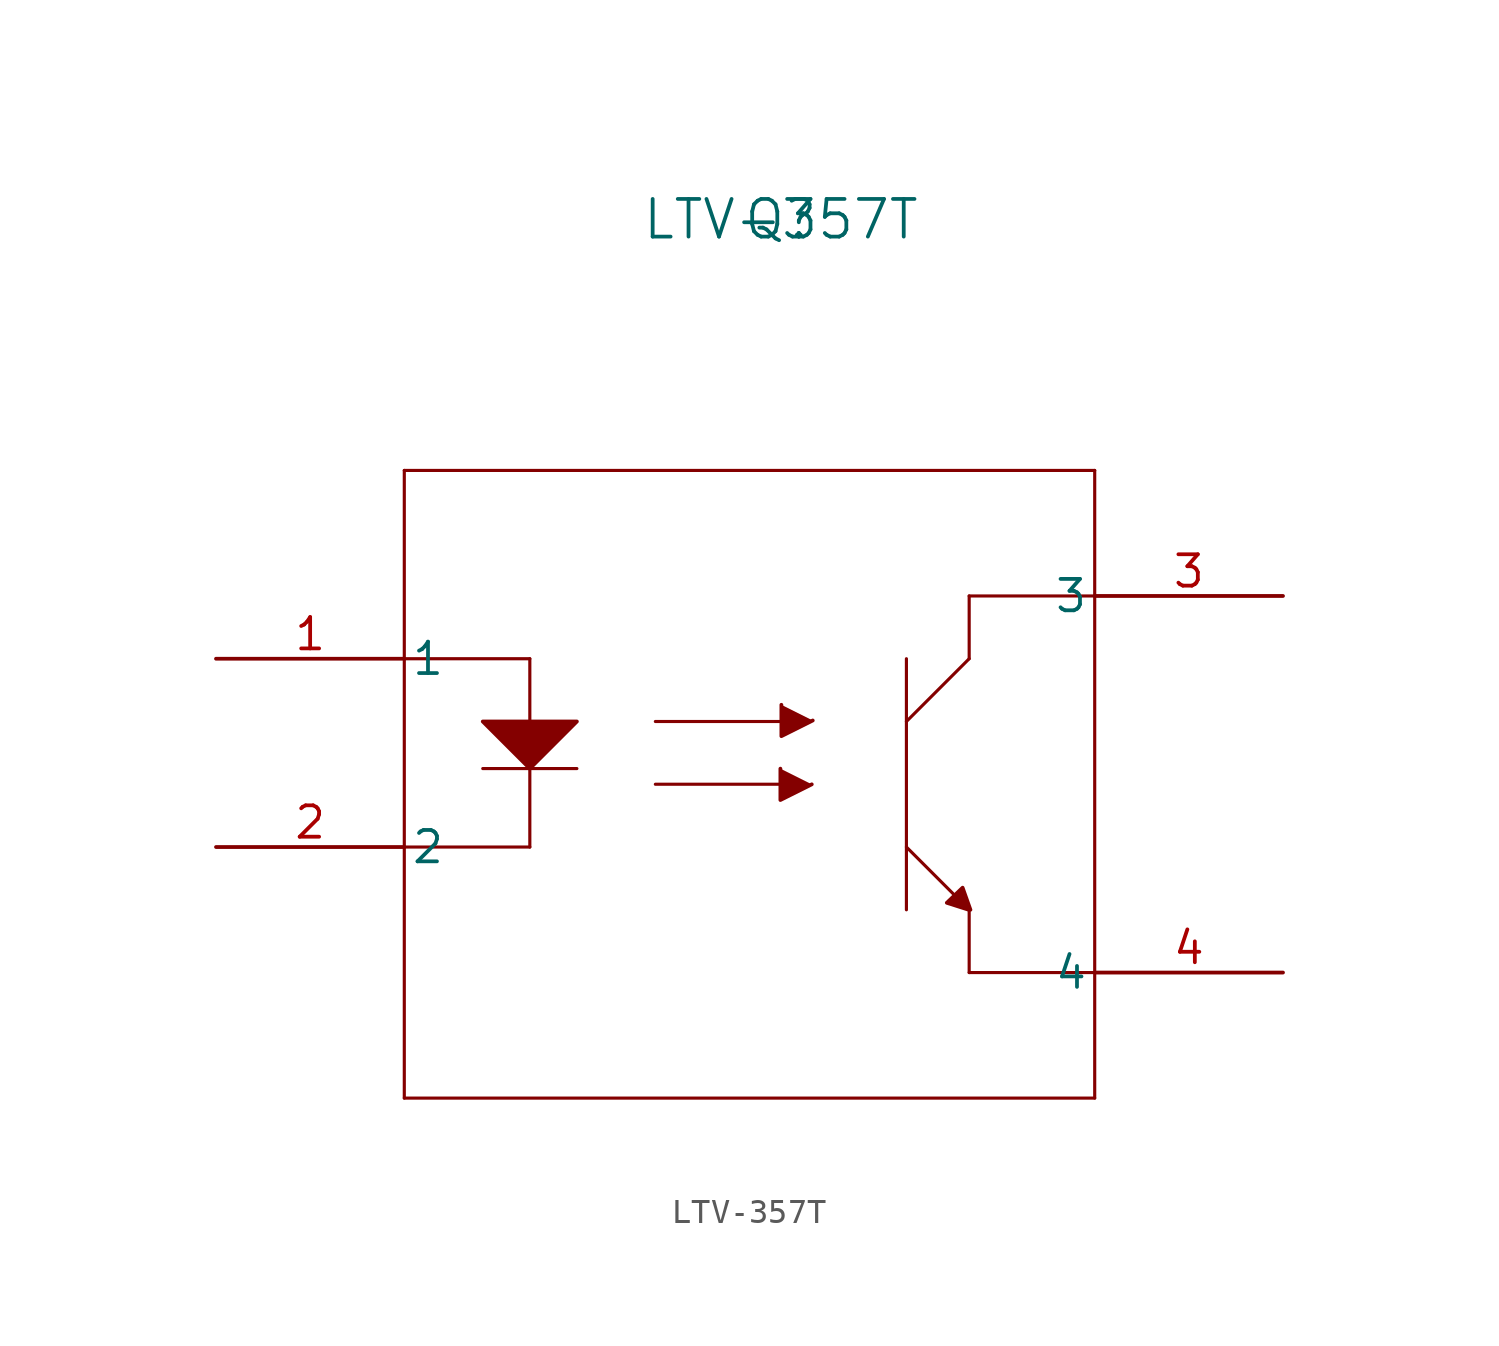
<source format=kicad_sym>
(kicad_symbol_lib
  (version 20211014)
  (generator kicad_symbol_editor)
  (symbol "LTV-357T"
    (pin_names
      (offset 0.254))
    (property "Reference" "Q"
      (at 22.86 17.78 0)
      (effects (font (size 1.524 1.524))))
    (property "Value" "LTV-357T"
      (at 22.86 17.78 0)
      (effects (font (size 1.524 1.524))))
    (symbol "LTV-357T_0_1"
      (polyline (pts (xy 30.48 0) (xy 30.48 2.54)) (stroke (width 0.127) (type default) (color 0 0 0 0)) (fill (type none)))
      (polyline (pts (xy 27.94 -10.16) (xy 27.94 0)) (stroke (width 0.127) (type default) (color 0 0 0 0)) (fill (type none)))
      (polyline (pts (xy 30.48 0) (xy 27.94 -2.54)) (stroke (width 0.127) (type default) (color 0 0 0 0)) (fill (type none)))
      (polyline (pts (xy 7.62 7.62) (xy 7.62 -17.78)) (stroke (width 0.127) (type default) (color 0 0 0 0)) (fill (type none)))
      (polyline (pts (xy 27.94 -7.62) (xy 30.48 -10.16)) (stroke (width 0.127) (type default) (color 0 0 0 0)) (fill (type none)))
      (polyline (pts (xy 7.62 -17.78) (xy 35.56 -17.78)) (stroke (width 0.127) (type default) (color 0 0 0 0)) (fill (type none)))
      (polyline (pts (xy 17.78 -5.08) (xy 22.86 -5.08)) (stroke (width 0.127) (type default) (color 0 0 0 0)) (fill (type none)))
      (polyline (pts (xy 17.78 -2.54) (xy 22.86 -2.54)) (stroke (width 0.127) (type default) (color 0 0 0 0)) (fill (type none)))
      (polyline (pts (xy 35.56 -12.7) (xy 30.48 -12.7)) (stroke (width 0.127) (type default) (color 0 0 0 0)) (fill (type none)))
      (polyline (pts (xy 35.56 -17.78) (xy 35.56 7.62)) (stroke (width 0.127) (type default) (color 0 0 0 0)) (fill (type none)))
      (polyline (pts (xy 30.48 2.54) (xy 35.56 2.54)) (stroke (width 0.127) (type default) (color 0 0 0 0)) (fill (type none)))
      (polyline (pts (xy 35.56 7.62) (xy 7.62 7.62)) (stroke (width 0.127) (type default) (color 0 0 0 0)) (fill (type none)))
      (polyline (pts (xy 12.7 0) (xy 12.7 -7.62)) (stroke (width 0.127) (type default) (color 0 0 0 0)) (fill (type none)))
      (polyline (pts (xy 10.795 -4.445) (xy 14.605 -4.445)) (stroke (width 0.127) (type default) (color 0 0 0 0)) (fill (type none)))
      (polyline (pts (xy 12.7 0) (xy 7.62 0)) (stroke (width 0.127) (type default) (color 0 0 0 0)) (fill (type none)))
      (polyline (pts (xy 12.7 -7.62) (xy 7.62 -7.62)) (stroke (width 0.127) (type default) (color 0 0 0 0)) (fill (type none)))
      (polyline (pts (xy 30.48 -10.16) (xy 30.48 -12.7)) (stroke (width 0.127) (type default) (color 0 0 0 0)) (fill (type none)))
      (polyline (pts (xy 30.442 -10.153) (xy 29.575 -9.877) (xy 30.214 -9.265) (xy 30.531 -10.159)) (stroke (width 0) (type default) (color 0 0 0 0)) (fill (type outline)))
      (polyline (pts (xy 24.15 -2.499) (xy 22.88 -3.134) (xy 22.88 -1.864)) (stroke (width 0) (type default) (color 0 0 0 0)) (fill (type outline)))
      (polyline (pts (xy 24.11 -5.083) (xy 22.84 -5.718) (xy 22.84 -4.448)) (stroke (width 0) (type default) (color 0 0 0 0)) (fill (type outline)))
      (polyline (pts (xy 14.605 -2.54) (xy 10.795 -2.54) (xy 12.7 -4.445) (xy 14.605 -2.54)) (stroke (width 0) (type default) (color 0 0 0 0)) (fill (type outline)))
      (pin unspecified line (at 0 0 0) (length 7.62) (name "1" (effects (font (size 1.27 1.27)))) (number "1" (effects (font (size 1.27 1.27)))))
      (pin unspecified line (at 0 -7.62 0) (length 7.62) (name "2" (effects (font (size 1.27 1.27)))) (number "2" (effects (font (size 1.27 1.27)))))
      (pin unspecified line (at 43.18 2.54 180) (length 7.62) (name "3" (effects (font (size 1.27 1.27)))) (number "3" (effects (font (size 1.27 1.27)))))
      (pin unspecified line (at 43.18 -12.7 180) (length 7.62) (name "4" (effects (font (size 1.27 1.27)))) (number "4" (effects (font (size 1.27 1.27))))))))
</source>
